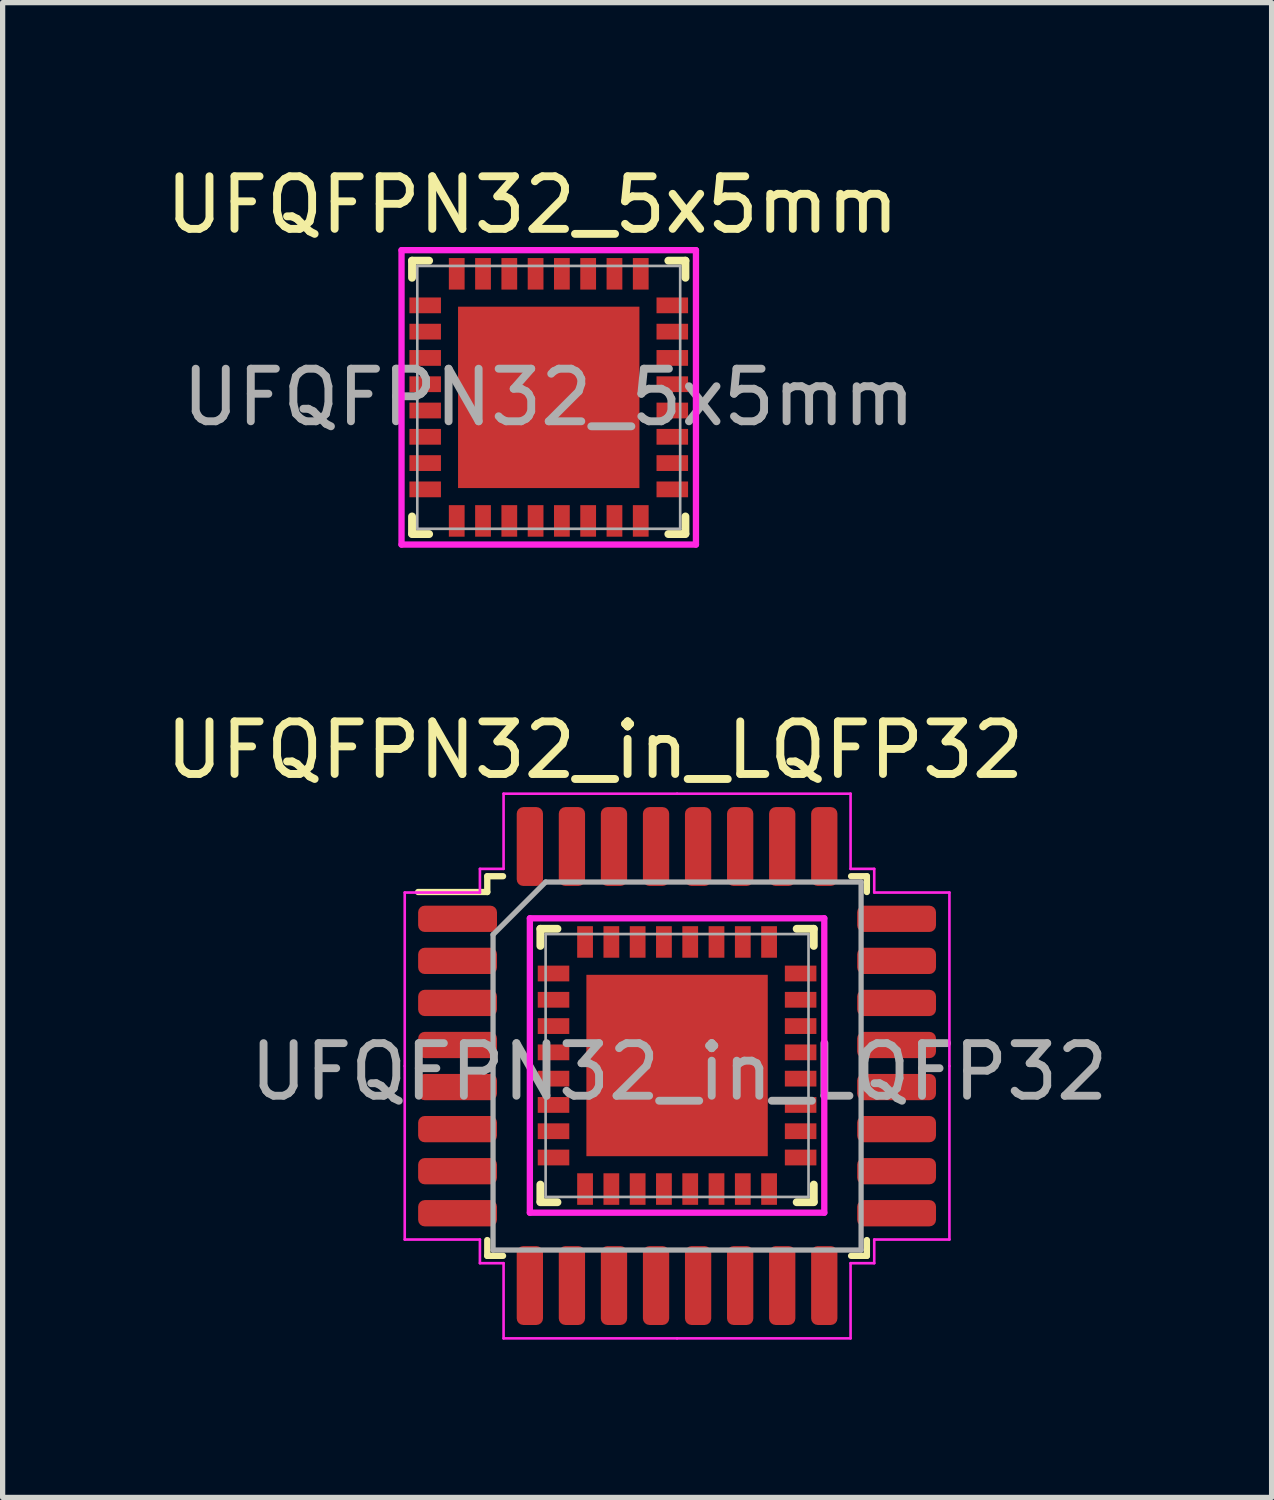
<source format=kicad_pcb>
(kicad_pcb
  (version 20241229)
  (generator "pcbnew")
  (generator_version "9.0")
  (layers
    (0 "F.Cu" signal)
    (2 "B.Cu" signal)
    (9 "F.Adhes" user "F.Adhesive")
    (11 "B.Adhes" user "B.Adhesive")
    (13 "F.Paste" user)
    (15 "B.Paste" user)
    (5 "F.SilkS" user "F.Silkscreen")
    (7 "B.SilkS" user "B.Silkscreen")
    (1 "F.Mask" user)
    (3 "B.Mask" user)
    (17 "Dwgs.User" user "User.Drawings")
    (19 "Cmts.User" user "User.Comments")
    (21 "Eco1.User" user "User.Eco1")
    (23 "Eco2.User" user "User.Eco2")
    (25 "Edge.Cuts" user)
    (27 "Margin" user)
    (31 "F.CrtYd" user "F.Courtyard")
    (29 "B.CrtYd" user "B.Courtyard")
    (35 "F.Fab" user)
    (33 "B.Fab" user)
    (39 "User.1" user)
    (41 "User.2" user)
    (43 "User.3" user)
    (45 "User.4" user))
  (footprint "UFQFPN32_5x5mm"
    (layer "F.Cu")
    (at 7.387 4.508)
    (property "Reference" "UFQFPN32_5x5mm" (at -0.31 -3.66 0) (layer "F.SilkS") (effects (font (size 1 1) (thickness 0.15))))
    (attr smd)
    (fp_line (start -2.6 -2.6) (end -2.6 -2.275) (stroke (width 0.15) (type solid)) (layer "F.SilkS"))
    (fp_line (start -2.6 -2.6) (end -2.275 -2.6) (stroke (width 0.15) (type solid)) (layer "F.SilkS"))
    (fp_line (start -2.6 2.59) (end -2.6 2.265) (stroke (width 0.15) (type solid)) (layer "F.SilkS"))
    (fp_line (start -2.6 2.6) (end -2.275 2.6) (stroke (width 0.15) (type solid)) (layer "F.SilkS"))
    (fp_line (start 2.6 -2.6) (end 2.275 -2.6) (stroke (width 0.15) (type solid)) (layer "F.SilkS"))
    (fp_line (start 2.6 -2.6) (end 2.6 -2.275) (stroke (width 0.15) (type solid)) (layer "F.SilkS"))
    (fp_line (start 2.6 2.59) (end 2.6 2.265) (stroke (width 0.15) (type solid)) (layer "F.SilkS"))
    (fp_line (start 2.6 2.6) (end 2.275 2.6) (stroke (width 0.15) (type solid)) (layer "F.SilkS"))
    (fp_line (start -2.8 -2.8) (end 2.8 -2.8) (stroke (width 0.12) (type solid)) (layer "F.CrtYd"))
    (fp_line (start -2.8 2.8) (end -2.8 -2.8) (stroke (width 0.12) (type solid)) (layer "F.CrtYd"))
    (fp_line (start 2.8 -2.8) (end 2.8 2.8) (stroke (width 0.12) (type solid)) (layer "F.CrtYd"))
    (fp_line (start 2.8 2.8) (end -2.8 2.8) (stroke (width 0.12) (type solid)) (layer "F.CrtYd"))
    (fp_line (start -2.5 -2.5) (end -2.5 2.5) (stroke (width 0.05) (type solid)) (layer "F.Fab"))
    (fp_line (start -2.5 -2.5) (end 2.5 -2.5) (stroke (width 0.05) (type solid)) (layer "F.Fab"))
    (fp_line (start -2.5 2.5) (end 2.5 2.5) (stroke (width 0.05) (type solid)) (layer "F.Fab"))
    (fp_line (start 2.5 -2.5) (end 2.5 2.5) (stroke (width 0.05) (type solid)) (layer "F.Fab"))
    (fp_text user "${REFERENCE}" (at 0 0 0) (layer "F.Fab") (effects (font (size 1 1) (thickness 0.15))))
    (pad "0" smd rect (at 0 0) (size 3.45 3.45) (layers "F.Cu" "F.Mask" "F.Paste"))
    (pad "1" smd rect (at -2.35 -1.75) (size 0.6 0.3) (layers "F.Cu" "F.Mask" "F.Paste"))
    (pad "2" smd rect (at -2.35 -1.25) (size 0.6 0.3) (layers "F.Cu" "F.Mask" "F.Paste"))
    (pad "3" smd rect (at -2.35 -0.75) (size 0.6 0.3) (layers "F.Cu" "F.Mask" "F.Paste"))
    (pad "4" smd rect (at -2.35 -0.25) (size 0.6 0.3) (layers "F.Cu" "F.Mask" "F.Paste"))
    (pad "5" smd rect (at -2.35 0.25) (size 0.6 0.3) (layers "F.Cu" "F.Mask" "F.Paste"))
    (pad "6" smd rect (at -2.35 0.75) (size 0.6 0.3) (layers "F.Cu" "F.Mask" "F.Paste"))
    (pad "7" smd rect (at -2.35 1.25) (size 0.6 0.3) (layers "F.Cu" "F.Mask" "F.Paste"))
    (pad "8" smd rect (at -2.35 1.75) (size 0.6 0.3) (layers "F.Cu" "F.Mask" "F.Paste"))
    (pad "9" smd rect (at -1.75 2.35 90) (size 0.6 0.3) (layers "F.Cu" "F.Mask" "F.Paste"))
    (pad "10" smd rect (at -1.25 2.35 90) (size 0.6 0.3) (layers "F.Cu" "F.Mask" "F.Paste"))
    (pad "11" smd rect (at -0.75 2.35 90) (size 0.6 0.3) (layers "F.Cu" "F.Mask" "F.Paste"))
    (pad "12" smd rect (at -0.25 2.35 90) (size 0.6 0.3) (layers "F.Cu" "F.Mask" "F.Paste"))
    (pad "13" smd rect (at 0.25 2.35 90) (size 0.6 0.3) (layers "F.Cu" "F.Mask" "F.Paste"))
    (pad "14" smd rect (at 0.75 2.35 90) (size 0.6 0.3) (layers "F.Cu" "F.Mask" "F.Paste"))
    (pad "15" smd rect (at 1.25 2.35 90) (size 0.6 0.3) (layers "F.Cu" "F.Mask" "F.Paste"))
    (pad "16" smd rect (at 1.75 2.35 90) (size 0.6 0.3) (layers "F.Cu" "F.Mask" "F.Paste"))
    (pad "17" smd rect (at 2.35 1.75) (size 0.6 0.3) (layers "F.Cu" "F.Mask" "F.Paste"))
    (pad "18" smd rect (at 2.35 1.25) (size 0.6 0.3) (layers "F.Cu" "F.Mask" "F.Paste"))
    (pad "19" smd rect (at 2.35 0.75) (size 0.6 0.3) (layers "F.Cu" "F.Mask" "F.Paste"))
    (pad "20" smd rect (at 2.35 0.25) (size 0.6 0.3) (layers "F.Cu" "F.Mask" "F.Paste"))
    (pad "21" smd rect (at 2.35 -0.25) (size 0.6 0.3) (layers "F.Cu" "F.Mask" "F.Paste"))
    (pad "22" smd rect (at 2.35 -0.75) (size 0.6 0.3) (layers "F.Cu" "F.Mask" "F.Paste"))
    (pad "23" smd rect (at 2.35 -1.25) (size 0.6 0.3) (layers "F.Cu" "F.Mask" "F.Paste"))
    (pad "24" smd rect (at 2.35 -1.75) (size 0.6 0.3) (layers "F.Cu" "F.Mask" "F.Paste"))
    (pad "25" smd rect (at 1.75 -2.35 90) (size 0.6 0.3) (layers "F.Cu" "F.Mask" "F.Paste"))
    (pad "26" smd rect (at 1.25 -2.35 90) (size 0.6 0.3) (layers "F.Cu" "F.Mask" "F.Paste"))
    (pad "27" smd rect (at 0.75 -2.35 90) (size 0.6 0.3) (layers "F.Cu" "F.Mask" "F.Paste"))
    (pad "28" smd rect (at 0.25 -2.35 90) (size 0.6 0.3) (layers "F.Cu" "F.Mask" "F.Paste"))
    (pad "29" smd rect (at -0.25 -2.35 90) (size 0.6 0.3) (layers "F.Cu" "F.Mask" "F.Paste"))
    (pad "30" smd rect (at -0.75 -2.35 90) (size 0.6 0.3) (layers "F.Cu" "F.Mask" "F.Paste"))
    (pad "31" smd rect (at -1.25 -2.35 90) (size 0.6 0.3) (layers "F.Cu" "F.Mask" "F.Paste"))
    (pad "32" smd rect (at -1.75 -2.35 90) (size 0.6 0.3) (layers "F.Cu" "F.Mask" "F.Paste")))
  (footprint "UFQFPN32_in_LQFP32"
    (layer "F.Cu")
    (at 9.828 17.216)
    (property "Reference" "UFQFPN32_in_LQFP32" (at -1.56 -6 0) (layer "F.SilkS") (effects (font (size 1 1) (thickness 0.15))))
    (attr through_hole)
    (fp_line (start -3.61 -3.6) (end -3.61 -3.3) (stroke (width 0.12) (type solid)) (layer "F.SilkS"))
    (fp_line (start -3.61 -3.3) (end -4.925 -3.3) (stroke (width 0.12) (type solid)) (layer "F.SilkS"))
    (fp_line (start -3.61 3.62) (end -3.61 3.32) (stroke (width 0.12) (type solid)) (layer "F.SilkS"))
    (fp_line (start -3.31 -3.6) (end -3.61 -3.6) (stroke (width 0.12) (type solid)) (layer "F.SilkS"))
    (fp_line (start -3.31 3.62) (end -3.61 3.62) (stroke (width 0.12) (type solid)) (layer "F.SilkS"))
    (fp_line (start -2.6 -2.6) (end -2.6 -2.275) (stroke (width 0.15) (type solid)) (layer "F.SilkS"))
    (fp_line (start -2.6 -2.6) (end -2.275 -2.6) (stroke (width 0.15) (type solid)) (layer "F.SilkS"))
    (fp_line (start -2.6 2.59) (end -2.6 2.265) (stroke (width 0.15) (type solid)) (layer "F.SilkS"))
    (fp_line (start -2.6 2.6) (end -2.275 2.6) (stroke (width 0.15) (type solid)) (layer "F.SilkS"))
    (fp_line (start 2.6 -2.6) (end 2.275 -2.6) (stroke (width 0.15) (type solid)) (layer "F.SilkS"))
    (fp_line (start 2.6 -2.6) (end 2.6 -2.275) (stroke (width 0.15) (type solid)) (layer "F.SilkS"))
    (fp_line (start 2.6 2.59) (end 2.6 2.265) (stroke (width 0.15) (type solid)) (layer "F.SilkS"))
    (fp_line (start 2.6 2.6) (end 2.275 2.6) (stroke (width 0.15) (type solid)) (layer "F.SilkS"))
    (fp_line (start 3.31 -3.6) (end 3.61 -3.6) (stroke (width 0.12) (type solid)) (layer "F.SilkS"))
    (fp_line (start 3.31 3.62) (end 3.61 3.62) (stroke (width 0.12) (type solid)) (layer "F.SilkS"))
    (fp_line (start 3.61 -3.6) (end 3.61 -3.3) (stroke (width 0.12) (type solid)) (layer "F.SilkS"))
    (fp_line (start 3.61 3.62) (end 3.61 3.32) (stroke (width 0.12) (type solid)) (layer "F.SilkS"))
    (fp_line (start -5.18 -3.29) (end -5.18 0.01) (stroke (width 0.05) (type solid)) (layer "F.CrtYd"))
    (fp_line (start -5.18 3.31) (end -5.18 0.01) (stroke (width 0.05) (type solid)) (layer "F.CrtYd"))
    (fp_line (start -3.75 -3.74) (end -3.75 -3.29) (stroke (width 0.05) (type solid)) (layer "F.CrtYd"))
    (fp_line (start -3.75 -3.29) (end -5.18 -3.29) (stroke (width 0.05) (type solid)) (layer "F.CrtYd"))
    (fp_line (start -3.75 3.31) (end -5.18 3.31) (stroke (width 0.05) (type solid)) (layer "F.CrtYd"))
    (fp_line (start -3.75 3.76) (end -3.75 3.31) (stroke (width 0.05) (type solid)) (layer "F.CrtYd"))
    (fp_line (start -3.3 -5.17) (end -3.3 -3.74) (stroke (width 0.05) (type solid)) (layer "F.CrtYd"))
    (fp_line (start -3.3 -3.74) (end -3.75 -3.74) (stroke (width 0.05) (type solid)) (layer "F.CrtYd"))
    (fp_line (start -3.3 3.76) (end -3.75 3.76) (stroke (width 0.05) (type solid)) (layer "F.CrtYd"))
    (fp_line (start -3.3 5.19) (end -3.3 3.76) (stroke (width 0.05) (type solid)) (layer "F.CrtYd"))
    (fp_line (start -2.8 -2.8) (end 2.8 -2.8) (stroke (width 0.12) (type solid)) (layer "F.CrtYd"))
    (fp_line (start -2.8 2.8) (end -2.8 -2.8) (stroke (width 0.12) (type solid)) (layer "F.CrtYd"))
    (fp_line (start 0 -5.17) (end -3.3 -5.17) (stroke (width 0.05) (type solid)) (layer "F.CrtYd"))
    (fp_line (start 0 -5.17) (end 3.3 -5.17) (stroke (width 0.05) (type solid)) (layer "F.CrtYd"))
    (fp_line (start 0 5.19) (end -3.3 5.19) (stroke (width 0.05) (type solid)) (layer "F.CrtYd"))
    (fp_line (start 0 5.19) (end 3.3 5.19) (stroke (width 0.05) (type solid)) (layer "F.CrtYd"))
    (fp_line (start 2.8 -2.8) (end 2.8 2.8) (stroke (width 0.12) (type solid)) (layer "F.CrtYd"))
    (fp_line (start 2.8 2.8) (end -2.8 2.8) (stroke (width 0.12) (type solid)) (layer "F.CrtYd"))
    (fp_line (start 3.3 -5.17) (end 3.3 -3.74) (stroke (width 0.05) (type solid)) (layer "F.CrtYd"))
    (fp_line (start 3.3 -3.74) (end 3.75 -3.74) (stroke (width 0.05) (type solid)) (layer "F.CrtYd"))
    (fp_line (start 3.3 3.76) (end 3.75 3.76) (stroke (width 0.05) (type solid)) (layer "F.CrtYd"))
    (fp_line (start 3.3 5.19) (end 3.3 3.76) (stroke (width 0.05) (type solid)) (layer "F.CrtYd"))
    (fp_line (start 3.75 -3.74) (end 3.75 -3.29) (stroke (width 0.05) (type solid)) (layer "F.CrtYd"))
    (fp_line (start 3.75 -3.29) (end 5.18 -3.29) (stroke (width 0.05) (type solid)) (layer "F.CrtYd"))
    (fp_line (start 3.75 3.31) (end 5.18 3.31) (stroke (width 0.05) (type solid)) (layer "F.CrtYd"))
    (fp_line (start 3.75 3.76) (end 3.75 3.31) (stroke (width 0.05) (type solid)) (layer "F.CrtYd"))
    (fp_line (start 5.18 -3.29) (end 5.18 0.01) (stroke (width 0.05) (type solid)) (layer "F.CrtYd"))
    (fp_line (start 5.18 3.31) (end 5.18 0.01) (stroke (width 0.05) (type solid)) (layer "F.CrtYd"))
    (fp_line (start -3.5 -2.49) (end -2.5 -3.49) (stroke (width 0.1) (type solid)) (layer "F.Fab"))
    (fp_line (start -3.5 3.51) (end -3.5 -2.49) (stroke (width 0.1) (type solid)) (layer "F.Fab"))
    (fp_line (start -2.5 -3.49) (end 3.5 -3.49) (stroke (width 0.1) (type solid)) (layer "F.Fab"))
    (fp_line (start -2.5 -2.5) (end -2.5 2.5) (stroke (width 0.05) (type solid)) (layer "F.Fab"))
    (fp_line (start -2.5 -2.5) (end 2.5 -2.5) (stroke (width 0.05) (type solid)) (layer "F.Fab"))
    (fp_line (start -2.5 2.5) (end 2.5 2.5) (stroke (width 0.05) (type solid)) (layer "F.Fab"))
    (fp_line (start 2.5 -2.5) (end 2.5 2.5) (stroke (width 0.05) (type solid)) (layer "F.Fab"))
    (fp_line (start 3.5 -3.49) (end 3.5 3.51) (stroke (width 0.1) (type solid)) (layer "F.Fab"))
    (fp_line (start 3.5 3.51) (end -3.5 3.51) (stroke (width 0.1) (type solid)) (layer "F.Fab"))
    (fp_text user "${REFERENCE}" (at 0.04 0.12 0) (layer "F.Fab") (effects (font (size 1 1) (thickness 0.15))))
    (pad "0" smd rect (at 0 0) (size 3.45 3.45) (layers "F.Cu" "F.Mask" "F.Paste"))
    (pad "1" smd roundrect (at -4.175 -2.79) (size 1.5 0.5) (layers "F.Cu" "F.Mask" "F.Paste") (roundrect_rratio 0.25))
    (pad "1" smd rect (at -2.35 -1.75) (size 0.6 0.3) (layers "F.Cu" "F.Mask" "F.Paste"))
    (pad "2" smd roundrect (at -4.175 -1.99) (size 1.5 0.5) (layers "F.Cu" "F.Mask" "F.Paste") (roundrect_rratio 0.25))
    (pad "2" smd rect (at -2.35 -1.25) (size 0.6 0.3) (layers "F.Cu" "F.Mask" "F.Paste"))
    (pad "3" smd roundrect (at -4.175 -1.19) (size 1.5 0.5) (layers "F.Cu" "F.Mask" "F.Paste") (roundrect_rratio 0.25))
    (pad "3" smd rect (at -2.35 -0.75) (size 0.6 0.3) (layers "F.Cu" "F.Mask" "F.Paste"))
    (pad "4" smd roundrect (at -4.175 -0.39) (size 1.5 0.5) (layers "F.Cu" "F.Mask" "F.Paste") (roundrect_rratio 0.25))
    (pad "4" smd rect (at -2.35 -0.25) (size 0.6 0.3) (layers "F.Cu" "F.Mask" "F.Paste"))
    (pad "5" smd roundrect (at -4.175 0.41) (size 1.5 0.5) (layers "F.Cu" "F.Mask" "F.Paste") (roundrect_rratio 0.25))
    (pad "5" smd rect (at -2.35 0.25) (size 0.6 0.3) (layers "F.Cu" "F.Mask" "F.Paste"))
    (pad "6" smd roundrect (at -4.175 1.21) (size 1.5 0.5) (layers "F.Cu" "F.Mask" "F.Paste") (roundrect_rratio 0.25))
    (pad "6" smd rect (at -2.35 0.75) (size 0.6 0.3) (layers "F.Cu" "F.Mask" "F.Paste"))
    (pad "7" smd roundrect (at -4.175 2.01) (size 1.5 0.5) (layers "F.Cu" "F.Mask" "F.Paste") (roundrect_rratio 0.25))
    (pad "7" smd rect (at -2.35 1.25) (size 0.6 0.3) (layers "F.Cu" "F.Mask" "F.Paste"))
    (pad "8" smd roundrect (at -4.175 2.81) (size 1.5 0.5) (layers "F.Cu" "F.Mask" "F.Paste") (roundrect_rratio 0.25))
    (pad "8" smd rect (at -2.35 1.75) (size 0.6 0.3) (layers "F.Cu" "F.Mask" "F.Paste"))
    (pad "9" smd roundrect (at -2.8 4.185) (size 0.5 1.5) (layers "F.Cu" "F.Mask" "F.Paste") (roundrect_rratio 0.25))
    (pad "9" smd rect (at -1.75 2.35 90) (size 0.6 0.3) (layers "F.Cu" "F.Mask" "F.Paste"))
    (pad "10" smd roundrect (at -2 4.185) (size 0.5 1.5) (layers "F.Cu" "F.Mask" "F.Paste") (roundrect_rratio 0.25))
    (pad "10" smd rect (at -1.25 2.35 90) (size 0.6 0.3) (layers "F.Cu" "F.Mask" "F.Paste"))
    (pad "11" smd roundrect (at -1.2 4.185) (size 0.5 1.5) (layers "F.Cu" "F.Mask" "F.Paste") (roundrect_rratio 0.25))
    (pad "11" smd rect (at -0.75 2.35 90) (size 0.6 0.3) (layers "F.Cu" "F.Mask" "F.Paste"))
    (pad "12" smd roundrect (at -0.4 4.185) (size 0.5 1.5) (layers "F.Cu" "F.Mask" "F.Paste") (roundrect_rratio 0.25))
    (pad "12" smd rect (at -0.25 2.35 90) (size 0.6 0.3) (layers "F.Cu" "F.Mask" "F.Paste"))
    (pad "13" smd rect (at 0.25 2.35 90) (size 0.6 0.3) (layers "F.Cu" "F.Mask" "F.Paste"))
    (pad "13" smd roundrect (at 0.4 4.185) (size 0.5 1.5) (layers "F.Cu" "F.Mask" "F.Paste") (roundrect_rratio 0.25))
    (pad "14" smd rect (at 0.75 2.35 90) (size 0.6 0.3) (layers "F.Cu" "F.Mask" "F.Paste"))
    (pad "14" smd roundrect (at 1.2 4.185) (size 0.5 1.5) (layers "F.Cu" "F.Mask" "F.Paste") (roundrect_rratio 0.25))
    (pad "15" smd rect (at 1.25 2.35 90) (size 0.6 0.3) (layers "F.Cu" "F.Mask" "F.Paste"))
    (pad "15" smd roundrect (at 2 4.185) (size 0.5 1.5) (layers "F.Cu" "F.Mask" "F.Paste") (roundrect_rratio 0.25))
    (pad "16" smd rect (at 1.75 2.35 90) (size 0.6 0.3) (layers "F.Cu" "F.Mask" "F.Paste"))
    (pad "16" smd roundrect (at 2.8 4.185) (size 0.5 1.5) (layers "F.Cu" "F.Mask" "F.Paste") (roundrect_rratio 0.25))
    (pad "17" smd rect (at 2.35 1.75) (size 0.6 0.3) (layers "F.Cu" "F.Mask" "F.Paste"))
    (pad "17" smd roundrect (at 4.175 2.81) (size 1.5 0.5) (layers "F.Cu" "F.Mask" "F.Paste") (roundrect_rratio 0.25))
    (pad "18" smd rect (at 2.35 1.25) (size 0.6 0.3) (layers "F.Cu" "F.Mask" "F.Paste"))
    (pad "18" smd roundrect (at 4.175 2.01) (size 1.5 0.5) (layers "F.Cu" "F.Mask" "F.Paste") (roundrect_rratio 0.25))
    (pad "19" smd rect (at 2.35 0.75) (size 0.6 0.3) (layers "F.Cu" "F.Mask" "F.Paste"))
    (pad "19" smd roundrect (at 4.175 1.21) (size 1.5 0.5) (layers "F.Cu" "F.Mask" "F.Paste") (roundrect_rratio 0.25))
    (pad "20" smd rect (at 2.35 0.25) (size 0.6 0.3) (layers "F.Cu" "F.Mask" "F.Paste"))
    (pad "20" smd roundrect (at 4.175 0.41) (size 1.5 0.5) (layers "F.Cu" "F.Mask" "F.Paste") (roundrect_rratio 0.25))
    (pad "21" smd rect (at 2.35 -0.25) (size 0.6 0.3) (layers "F.Cu" "F.Mask" "F.Paste"))
    (pad "21" smd roundrect (at 4.175 -0.39) (size 1.5 0.5) (layers "F.Cu" "F.Mask" "F.Paste") (roundrect_rratio 0.25))
    (pad "22" smd rect (at 2.35 -0.75) (size 0.6 0.3) (layers "F.Cu" "F.Mask" "F.Paste"))
    (pad "22" smd roundrect (at 4.175 -1.19) (size 1.5 0.5) (layers "F.Cu" "F.Mask" "F.Paste") (roundrect_rratio 0.25))
    (pad "23" smd rect (at 2.35 -1.25) (size 0.6 0.3) (layers "F.Cu" "F.Mask" "F.Paste"))
    (pad "23" smd roundrect (at 4.175 -1.99) (size 1.5 0.5) (layers "F.Cu" "F.Mask" "F.Paste") (roundrect_rratio 0.25))
    (pad "24" smd rect (at 2.35 -1.75) (size 0.6 0.3) (layers "F.Cu" "F.Mask" "F.Paste"))
    (pad "24" smd roundrect (at 4.175 -2.79) (size 1.5 0.5) (layers "F.Cu" "F.Mask" "F.Paste") (roundrect_rratio 0.25))
    (pad "25" smd rect (at 1.75 -2.35 90) (size 0.6 0.3) (layers "F.Cu" "F.Mask" "F.Paste"))
    (pad "25" smd roundrect (at 2.8 -4.165) (size 0.5 1.5) (layers "F.Cu" "F.Mask" "F.Paste") (roundrect_rratio 0.25))
    (pad "26" smd rect (at 1.25 -2.35 90) (size 0.6 0.3) (layers "F.Cu" "F.Mask" "F.Paste"))
    (pad "26" smd roundrect (at 2 -4.165) (size 0.5 1.5) (layers "F.Cu" "F.Mask" "F.Paste") (roundrect_rratio 0.25))
    (pad "27" smd rect (at 0.75 -2.35 90) (size 0.6 0.3) (layers "F.Cu" "F.Mask" "F.Paste"))
    (pad "27" smd roundrect (at 1.2 -4.165) (size 0.5 1.5) (layers "F.Cu" "F.Mask" "F.Paste") (roundrect_rratio 0.25))
    (pad "28" smd rect (at 0.25 -2.35 90) (size 0.6 0.3) (layers "F.Cu" "F.Mask" "F.Paste"))
    (pad "28" smd roundrect (at 0.4 -4.165) (size 0.5 1.5) (layers "F.Cu" "F.Mask" "F.Paste") (roundrect_rratio 0.25))
    (pad "29" smd roundrect (at -0.4 -4.165) (size 0.5 1.5) (layers "F.Cu" "F.Mask" "F.Paste") (roundrect_rratio 0.25))
    (pad "29" smd rect (at -0.25 -2.35 90) (size 0.6 0.3) (layers "F.Cu" "F.Mask" "F.Paste"))
    (pad "30" smd roundrect (at -1.2 -4.165) (size 0.5 1.5) (layers "F.Cu" "F.Mask" "F.Paste") (roundrect_rratio 0.25))
    (pad "30" smd rect (at -0.75 -2.35 90) (size 0.6 0.3) (layers "F.Cu" "F.Mask" "F.Paste"))
    (pad "31" smd roundrect (at -2 -4.165) (size 0.5 1.5) (layers "F.Cu" "F.Mask" "F.Paste") (roundrect_rratio 0.25))
    (pad "31" smd rect (at -1.25 -2.35 90) (size 0.6 0.3) (layers "F.Cu" "F.Mask" "F.Paste"))
    (pad "32" smd roundrect (at -2.8 -4.165) (size 0.5 1.5) (layers "F.Cu" "F.Mask" "F.Paste") (roundrect_rratio 0.25))
    (pad "32" smd rect (at -1.75 -2.35 90) (size 0.6 0.3) (layers "F.Cu" "F.Mask" "F.Paste")))
  (gr_rect
    (start -3 -3)
    (end 21.136 25.431)
    (stroke (width 0.1) (type default))
    (fill no)
    (layer "Edge.Cuts")))
</source>
